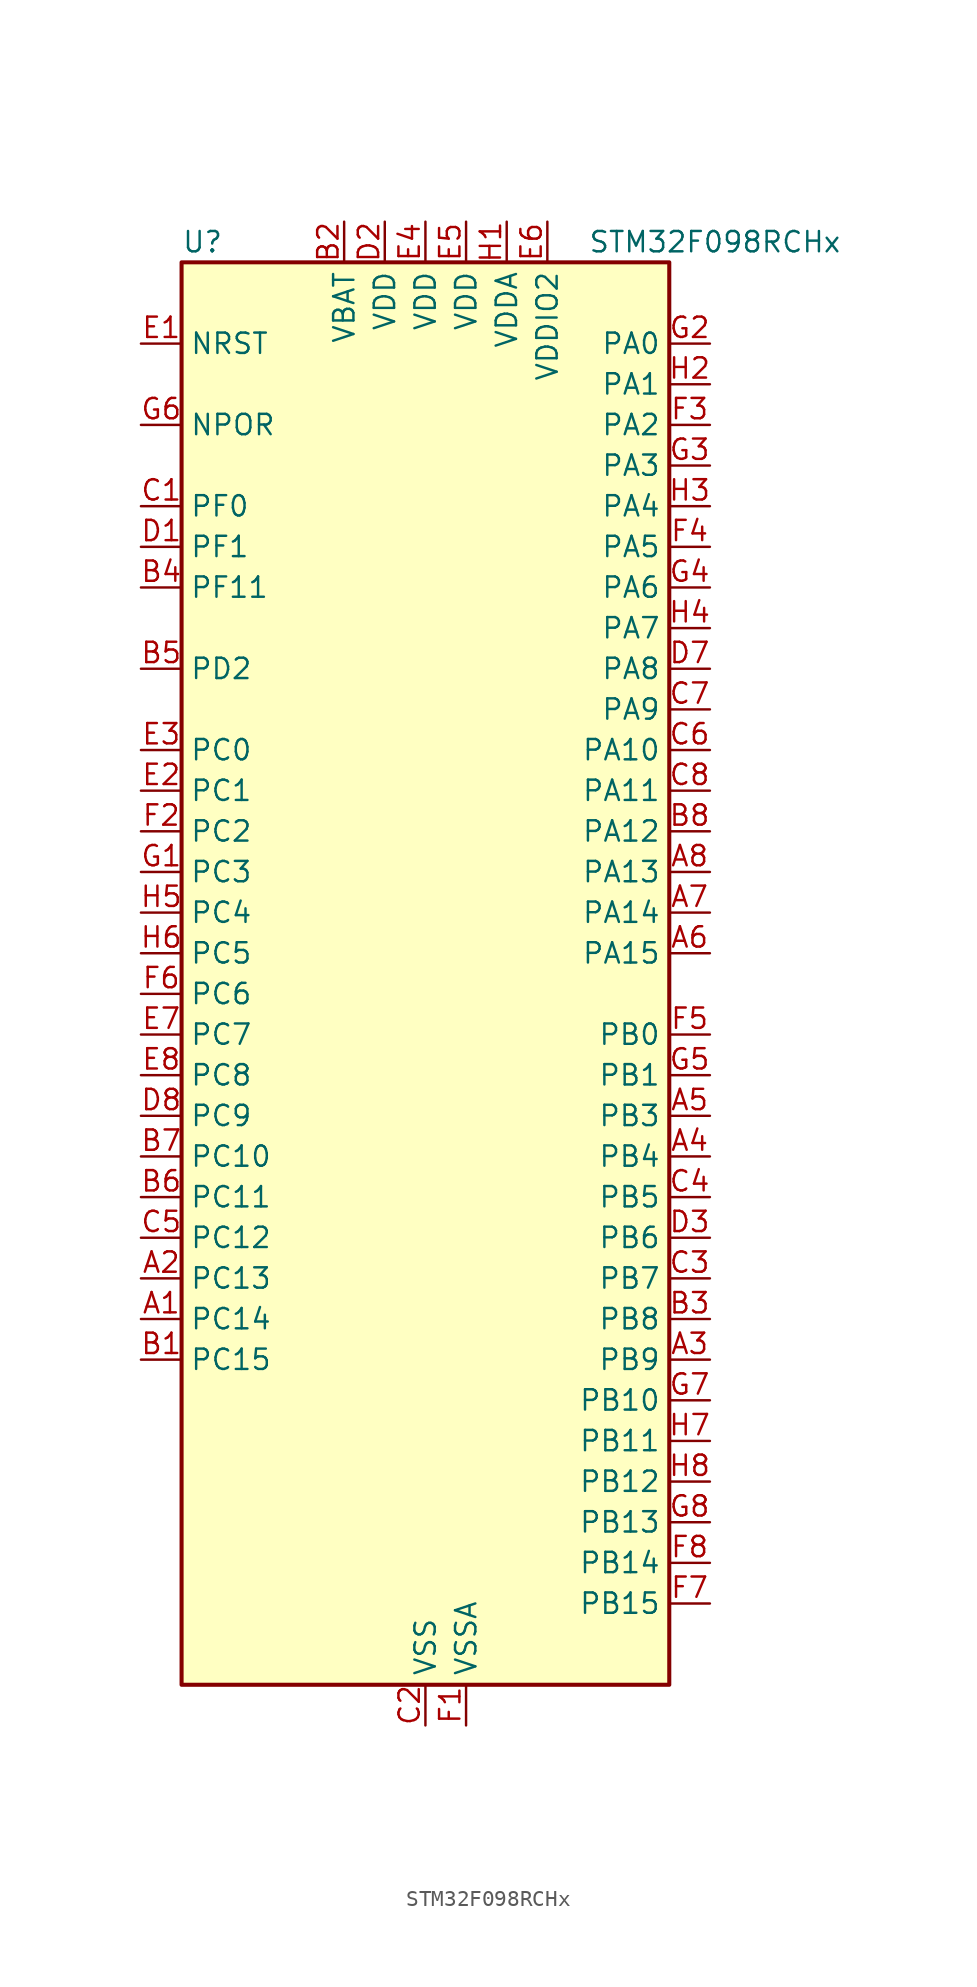
<source format=kicad_sym>
(kicad_symbol_lib
  (version 20241209)
  (generator "kicad_symbol_editor")
  (generator_version "9.0")
  (symbol "STM32F098RCHx"
    (property "Reference" "U"
      (at -15.24 46.99 0)
      (effects (font (size 1.27 1.27)) (justify left)))
    (property "Value" "STM32F098RCHx"
      (at 10.16 46.99 0)
      (effects (font (size 1.27 1.27)) (justify left)))
    (symbol "STM32F098RCHx_0_1"
      (rectangle (start -15.24 -43.18) (end 15.24 45.72) (stroke (width 0.254) (type default)) (fill (type background))))
    (symbol "STM32F098RCHx_1_1"
      (pin input line (at -17.78 40.64 0) (length 2.54) (name "NRST" (effects (font (size 1.27 1.27)))) (number "E1" (effects (font (size 1.27 1.27)))))
      (pin input line (at -17.78 35.56 0) (length 2.54) (name "NPOR" (effects (font (size 1.27 1.27)))) (number "G6" (effects (font (size 1.27 1.27)))))
      (pin bidirectional line (at -17.78 30.48 0) (length 2.54) (name "PF0" (effects (font (size 1.27 1.27)))) (number "C1" (effects (font (size 1.27 1.27)))) (alternate "CRS_SYNC" bidirectional line) (alternate "I2C1_SDA" bidirectional line) (alternate "RCC_OSC_IN" bidirectional line))
      (pin bidirectional line (at -17.78 27.94 0) (length 2.54) (name "PF1" (effects (font (size 1.27 1.27)))) (number "D1" (effects (font (size 1.27 1.27)))) (alternate "I2C1_SCL" bidirectional line) (alternate "RCC_OSC_OUT" bidirectional line))
      (pin bidirectional line (at -17.78 25.4 0) (length 2.54) (name "PF11" (effects (font (size 1.27 1.27)))) (number "B4" (effects (font (size 1.27 1.27)))))
      (pin bidirectional line (at -17.78 20.32 0) (length 2.54) (name "PD2" (effects (font (size 1.27 1.27)))) (number "B5" (effects (font (size 1.27 1.27)))) (alternate "TIM3_ETR" bidirectional line) (alternate "USART3_DE" bidirectional line) (alternate "USART3_RTS" bidirectional line) (alternate "USART5_RX" bidirectional line))
      (pin bidirectional line (at -17.78 15.24 0) (length 2.54) (name "PC0" (effects (font (size 1.27 1.27)))) (number "E3" (effects (font (size 1.27 1.27)))) (alternate "ADC_IN10" bidirectional line) (alternate "USART6_TX" bidirectional line) (alternate "USART7_TX" bidirectional line))
      (pin bidirectional line (at -17.78 12.7 0) (length 2.54) (name "PC1" (effects (font (size 1.27 1.27)))) (number "E2" (effects (font (size 1.27 1.27)))) (alternate "ADC_IN11" bidirectional line) (alternate "USART6_RX" bidirectional line) (alternate "USART7_RX" bidirectional line))
      (pin bidirectional line (at -17.78 10.16 0) (length 2.54) (name "PC2" (effects (font (size 1.27 1.27)))) (number "F2" (effects (font (size 1.27 1.27)))) (alternate "ADC_IN12" bidirectional line) (alternate "I2S2_MCK" bidirectional line) (alternate "SPI2_MISO" bidirectional line) (alternate "USART8_TX" bidirectional line))
      (pin bidirectional line (at -17.78 7.62 0) (length 2.54) (name "PC3" (effects (font (size 1.27 1.27)))) (number "G1" (effects (font (size 1.27 1.27)))) (alternate "ADC_IN13" bidirectional line) (alternate "I2S2_SD" bidirectional line) (alternate "SPI2_MOSI" bidirectional line) (alternate "USART8_RX" bidirectional line))
      (pin bidirectional line (at -17.78 5.08 0) (length 2.54) (name "PC4" (effects (font (size 1.27 1.27)))) (number "H5" (effects (font (size 1.27 1.27)))) (alternate "ADC_IN14" bidirectional line) (alternate "USART3_TX" bidirectional line))
      (pin bidirectional line (at -17.78 2.54 0) (length 2.54) (name "PC5" (effects (font (size 1.27 1.27)))) (number "H6" (effects (font (size 1.27 1.27)))) (alternate "ADC_IN15" bidirectional line) (alternate "SYS_WKUP5" bidirectional line) (alternate "TSC_G3_IO1" bidirectional line) (alternate "USART3_RX" bidirectional line))
      (pin bidirectional line (at -17.78 0 0) (length 2.54) (name "PC6" (effects (font (size 1.27 1.27)))) (number "F6" (effects (font (size 1.27 1.27)))) (alternate "TIM3_CH1" bidirectional line) (alternate "USART7_TX" bidirectional line))
      (pin bidirectional line (at -17.78 -2.54 0) (length 2.54) (name "PC7" (effects (font (size 1.27 1.27)))) (number "E7" (effects (font (size 1.27 1.27)))) (alternate "TIM3_CH2" bidirectional line) (alternate "USART7_RX" bidirectional line))
      (pin bidirectional line (at -17.78 -5.08 0) (length 2.54) (name "PC8" (effects (font (size 1.27 1.27)))) (number "E8" (effects (font (size 1.27 1.27)))) (alternate "TIM3_CH3" bidirectional line) (alternate "USART8_TX" bidirectional line))
      (pin bidirectional line (at -17.78 -7.62 0) (length 2.54) (name "PC9" (effects (font (size 1.27 1.27)))) (number "D8" (effects (font (size 1.27 1.27)))) (alternate "DAC_EXTI9" bidirectional line) (alternate "TIM3_CH4" bidirectional line) (alternate "USART8_RX" bidirectional line))
      (pin bidirectional line (at -17.78 -10.16 0) (length 2.54) (name "PC10" (effects (font (size 1.27 1.27)))) (number "B7" (effects (font (size 1.27 1.27)))) (alternate "USART3_TX" bidirectional line) (alternate "USART4_TX" bidirectional line))
      (pin bidirectional line (at -17.78 -12.7 0) (length 2.54) (name "PC11" (effects (font (size 1.27 1.27)))) (number "B6" (effects (font (size 1.27 1.27)))) (alternate "USART3_RX" bidirectional line) (alternate "USART4_RX" bidirectional line))
      (pin bidirectional line (at -17.78 -15.24 0) (length 2.54) (name "PC12" (effects (font (size 1.27 1.27)))) (number "C5" (effects (font (size 1.27 1.27)))) (alternate "USART3_CK" bidirectional line) (alternate "USART4_CK" bidirectional line) (alternate "USART5_TX" bidirectional line))
      (pin bidirectional line (at -17.78 -17.78 0) (length 2.54) (name "PC13" (effects (font (size 1.27 1.27)))) (number "A2" (effects (font (size 1.27 1.27)))) (alternate "RTC_OUT_ALARM" bidirectional line) (alternate "RTC_OUT_CALIB" bidirectional line) (alternate "RTC_TAMP1" bidirectional line) (alternate "RTC_TS" bidirectional line) (alternate "SYS_WKUP2" bidirectional line))
      (pin bidirectional line (at -17.78 -20.32 0) (length 2.54) (name "PC14" (effects (font (size 1.27 1.27)))) (number "A1" (effects (font (size 1.27 1.27)))) (alternate "RCC_OSC32_IN" bidirectional line))
      (pin bidirectional line (at -17.78 -22.86 0) (length 2.54) (name "PC15" (effects (font (size 1.27 1.27)))) (number "B1" (effects (font (size 1.27 1.27)))) (alternate "RCC_OSC32_OUT" bidirectional line))
      (pin power_in line (at -5.08 48.26 270) (length 2.54) (name "VBAT" (effects (font (size 1.27 1.27)))) (number "B2" (effects (font (size 1.27 1.27)))))
      (pin power_in line (at -2.54 48.26 270) (length 2.54) (name "VDD" (effects (font (size 1.27 1.27)))) (number "D2" (effects (font (size 1.27 1.27)))))
      (pin power_in line (at 0 48.26 270) (length 2.54) (name "VDD" (effects (font (size 1.27 1.27)))) (number "E4" (effects (font (size 1.27 1.27)))))
      (pin power_in line (at 0 -45.72 90) (length 2.54) (name "VSS" (effects (font (size 1.27 1.27)))) (number "C2" (effects (font (size 1.27 1.27)))))
      (pin passive line (at 0 -45.72 90) (length 2.54) (hide yes) (name "VSS" (effects (font (size 1.27 1.27)))) (number "D4" (effects (font (size 1.27 1.27)))))
      (pin passive line (at 0 -45.72 90) (length 2.54) (hide yes) (name "VSS" (effects (font (size 1.27 1.27)))) (number "D5" (effects (font (size 1.27 1.27)))))
      (pin passive line (at 0 -45.72 90) (length 2.54) (hide yes) (name "VSS" (effects (font (size 1.27 1.27)))) (number "D6" (effects (font (size 1.27 1.27)))))
      (pin power_in line (at 2.54 48.26 270) (length 2.54) (name "VDD" (effects (font (size 1.27 1.27)))) (number "E5" (effects (font (size 1.27 1.27)))))
      (pin power_in line (at 2.54 -45.72 90) (length 2.54) (name "VSSA" (effects (font (size 1.27 1.27)))) (number "F1" (effects (font (size 1.27 1.27)))))
      (pin power_in line (at 5.08 48.26 270) (length 2.54) (name "VDDA" (effects (font (size 1.27 1.27)))) (number "H1" (effects (font (size 1.27 1.27)))))
      (pin power_in line (at 7.62 48.26 270) (length 2.54) (name "VDDIO2" (effects (font (size 1.27 1.27)))) (number "E6" (effects (font (size 1.27 1.27)))))
      (pin bidirectional line (at 17.78 40.64 180) (length 2.54) (name "PA0" (effects (font (size 1.27 1.27)))) (number "G2" (effects (font (size 1.27 1.27)))) (alternate "ADC_IN0" bidirectional line) (alternate "COMP1_INM" bidirectional line) (alternate "COMP1_OUT" bidirectional line) (alternate "RTC_TAMP2" bidirectional line) (alternate "SYS_WKUP1" bidirectional line) (alternate "TIM2_CH1" bidirectional line) (alternate "TIM2_ETR" bidirectional line) (alternate "TSC_G1_IO1" bidirectional line) (alternate "USART2_CTS" bidirectional line) (alternate "USART4_TX" bidirectional line))
      (pin bidirectional line (at 17.78 38.1 180) (length 2.54) (name "PA1" (effects (font (size 1.27 1.27)))) (number "H2" (effects (font (size 1.27 1.27)))) (alternate "ADC_IN1" bidirectional line) (alternate "COMP1_INP" bidirectional line) (alternate "TIM15_CH1N" bidirectional line) (alternate "TIM2_CH2" bidirectional line) (alternate "TSC_G1_IO2" bidirectional line) (alternate "USART2_DE" bidirectional line) (alternate "USART2_RTS" bidirectional line) (alternate "USART4_RX" bidirectional line))
      (pin bidirectional line (at 17.78 35.56 180) (length 2.54) (name "PA2" (effects (font (size 1.27 1.27)))) (number "F3" (effects (font (size 1.27 1.27)))) (alternate "ADC_IN2" bidirectional line) (alternate "COMP2_INM" bidirectional line) (alternate "COMP2_OUT" bidirectional line) (alternate "SYS_WKUP4" bidirectional line) (alternate "TIM15_CH1" bidirectional line) (alternate "TIM2_CH3" bidirectional line) (alternate "TSC_G1_IO3" bidirectional line) (alternate "USART2_TX" bidirectional line))
      (pin bidirectional line (at 17.78 33.02 180) (length 2.54) (name "PA3" (effects (font (size 1.27 1.27)))) (number "G3" (effects (font (size 1.27 1.27)))) (alternate "ADC_IN3" bidirectional line) (alternate "COMP2_INP" bidirectional line) (alternate "TIM15_CH2" bidirectional line) (alternate "TIM2_CH4" bidirectional line) (alternate "TSC_G1_IO4" bidirectional line) (alternate "USART2_RX" bidirectional line))
      (pin bidirectional line (at 17.78 30.48 180) (length 2.54) (name "PA4" (effects (font (size 1.27 1.27)))) (number "H3" (effects (font (size 1.27 1.27)))) (alternate "ADC_IN4" bidirectional line) (alternate "COMP1_INM" bidirectional line) (alternate "COMP2_INM" bidirectional line) (alternate "DAC_OUT1" bidirectional line) (alternate "I2S1_WS" bidirectional line) (alternate "SPI1_NSS" bidirectional line) (alternate "TIM14_CH1" bidirectional line) (alternate "TSC_G2_IO1" bidirectional line) (alternate "USART2_CK" bidirectional line) (alternate "USART6_TX" bidirectional line))
      (pin bidirectional line (at 17.78 27.94 180) (length 2.54) (name "PA5" (effects (font (size 1.27 1.27)))) (number "F4" (effects (font (size 1.27 1.27)))) (alternate "ADC_IN5" bidirectional line) (alternate "CEC" bidirectional line) (alternate "COMP1_INM" bidirectional line) (alternate "COMP2_INM" bidirectional line) (alternate "DAC_OUT2" bidirectional line) (alternate "I2S1_CK" bidirectional line) (alternate "SPI1_SCK" bidirectional line) (alternate "TIM2_CH1" bidirectional line) (alternate "TIM2_ETR" bidirectional line) (alternate "TSC_G2_IO2" bidirectional line) (alternate "USART6_RX" bidirectional line))
      (pin bidirectional line (at 17.78 25.4 180) (length 2.54) (name "PA6" (effects (font (size 1.27 1.27)))) (number "G4" (effects (font (size 1.27 1.27)))) (alternate "ADC_IN6" bidirectional line) (alternate "COMP1_OUT" bidirectional line) (alternate "I2S1_MCK" bidirectional line) (alternate "SPI1_MISO" bidirectional line) (alternate "TIM16_CH1" bidirectional line) (alternate "TIM1_BKIN" bidirectional line) (alternate "TIM3_CH1" bidirectional line) (alternate "TSC_G2_IO3" bidirectional line) (alternate "USART3_CTS" bidirectional line))
      (pin bidirectional line (at 17.78 22.86 180) (length 2.54) (name "PA7" (effects (font (size 1.27 1.27)))) (number "H4" (effects (font (size 1.27 1.27)))) (alternate "ADC_IN7" bidirectional line) (alternate "COMP2_OUT" bidirectional line) (alternate "I2S1_SD" bidirectional line) (alternate "SPI1_MOSI" bidirectional line) (alternate "TIM14_CH1" bidirectional line) (alternate "TIM17_CH1" bidirectional line) (alternate "TIM1_CH1N" bidirectional line) (alternate "TIM3_CH2" bidirectional line) (alternate "TSC_G2_IO4" bidirectional line))
      (pin bidirectional line (at 17.78 20.32 180) (length 2.54) (name "PA8" (effects (font (size 1.27 1.27)))) (number "D7" (effects (font (size 1.27 1.27)))) (alternate "CRS_SYNC" bidirectional line) (alternate "RCC_MCO" bidirectional line) (alternate "TIM1_CH1" bidirectional line) (alternate "USART1_CK" bidirectional line))
      (pin bidirectional line (at 17.78 17.78 180) (length 2.54) (name "PA9" (effects (font (size 1.27 1.27)))) (number "C7" (effects (font (size 1.27 1.27)))) (alternate "DAC_EXTI9" bidirectional line) (alternate "I2C1_SCL" bidirectional line) (alternate "RCC_MCO" bidirectional line) (alternate "TIM15_BKIN" bidirectional line) (alternate "TIM1_CH2" bidirectional line) (alternate "TSC_G4_IO1" bidirectional line) (alternate "USART1_TX" bidirectional line))
      (pin bidirectional line (at 17.78 15.24 180) (length 2.54) (name "PA10" (effects (font (size 1.27 1.27)))) (number "C6" (effects (font (size 1.27 1.27)))) (alternate "I2C1_SDA" bidirectional line) (alternate "TIM17_BKIN" bidirectional line) (alternate "TIM1_CH3" bidirectional line) (alternate "TSC_G4_IO2" bidirectional line) (alternate "USART1_RX" bidirectional line))
      (pin bidirectional line (at 17.78 12.7 180) (length 2.54) (name "PA11" (effects (font (size 1.27 1.27)))) (number "C8" (effects (font (size 1.27 1.27)))) (alternate "CAN_RX" bidirectional line) (alternate "COMP1_OUT" bidirectional line) (alternate "I2C2_SCL" bidirectional line) (alternate "TIM1_CH4" bidirectional line) (alternate "TSC_G4_IO3" bidirectional line) (alternate "USART1_CTS" bidirectional line))
      (pin bidirectional line (at 17.78 10.16 180) (length 2.54) (name "PA12" (effects (font (size 1.27 1.27)))) (number "B8" (effects (font (size 1.27 1.27)))) (alternate "CAN_TX" bidirectional line) (alternate "COMP2_OUT" bidirectional line) (alternate "I2C2_SDA" bidirectional line) (alternate "TIM1_ETR" bidirectional line) (alternate "TSC_G4_IO4" bidirectional line) (alternate "USART1_DE" bidirectional line) (alternate "USART1_RTS" bidirectional line))
      (pin bidirectional line (at 17.78 7.62 180) (length 2.54) (name "PA13" (effects (font (size 1.27 1.27)))) (number "A8" (effects (font (size 1.27 1.27)))) (alternate "IR_OUT" bidirectional line) (alternate "SYS_SWDIO" bidirectional line))
      (pin bidirectional line (at 17.78 5.08 180) (length 2.54) (name "PA14" (effects (font (size 1.27 1.27)))) (number "A7" (effects (font (size 1.27 1.27)))) (alternate "SYS_SWCLK" bidirectional line) (alternate "USART2_TX" bidirectional line))
      (pin bidirectional line (at 17.78 2.54 180) (length 2.54) (name "PA15" (effects (font (size 1.27 1.27)))) (number "A6" (effects (font (size 1.27 1.27)))) (alternate "I2S1_WS" bidirectional line) (alternate "SPI1_NSS" bidirectional line) (alternate "TIM2_CH1" bidirectional line) (alternate "TIM2_ETR" bidirectional line) (alternate "USART2_RX" bidirectional line) (alternate "USART4_DE" bidirectional line) (alternate "USART4_RTS" bidirectional line))
      (pin bidirectional line (at 17.78 -2.54 180) (length 2.54) (name "PB0" (effects (font (size 1.27 1.27)))) (number "F5" (effects (font (size 1.27 1.27)))) (alternate "ADC_IN8" bidirectional line) (alternate "TIM1_CH2N" bidirectional line) (alternate "TIM3_CH3" bidirectional line) (alternate "TSC_G3_IO2" bidirectional line) (alternate "USART3_CK" bidirectional line))
      (pin bidirectional line (at 17.78 -5.08 180) (length 2.54) (name "PB1" (effects (font (size 1.27 1.27)))) (number "G5" (effects (font (size 1.27 1.27)))) (alternate "ADC_IN9" bidirectional line) (alternate "TIM14_CH1" bidirectional line) (alternate "TIM1_CH3N" bidirectional line) (alternate "TIM3_CH4" bidirectional line) (alternate "TSC_G3_IO3" bidirectional line) (alternate "USART3_DE" bidirectional line) (alternate "USART3_RTS" bidirectional line))
      (pin bidirectional line (at 17.78 -7.62 180) (length 2.54) (name "PB3" (effects (font (size 1.27 1.27)))) (number "A5" (effects (font (size 1.27 1.27)))) (alternate "I2S1_CK" bidirectional line) (alternate "SPI1_SCK" bidirectional line) (alternate "TIM2_CH2" bidirectional line) (alternate "TSC_G5_IO1" bidirectional line) (alternate "USART5_TX" bidirectional line))
      (pin bidirectional line (at 17.78 -10.16 180) (length 2.54) (name "PB4" (effects (font (size 1.27 1.27)))) (number "A4" (effects (font (size 1.27 1.27)))) (alternate "I2S1_MCK" bidirectional line) (alternate "SPI1_MISO" bidirectional line) (alternate "TIM17_BKIN" bidirectional line) (alternate "TIM3_CH1" bidirectional line) (alternate "TSC_G5_IO2" bidirectional line) (alternate "USART5_RX" bidirectional line))
      (pin bidirectional line (at 17.78 -12.7 180) (length 2.54) (name "PB5" (effects (font (size 1.27 1.27)))) (number "C4" (effects (font (size 1.27 1.27)))) (alternate "I2C1_SMBA" bidirectional line) (alternate "I2S1_SD" bidirectional line) (alternate "SPI1_MOSI" bidirectional line) (alternate "SYS_WKUP6" bidirectional line) (alternate "TIM16_BKIN" bidirectional line) (alternate "TIM3_CH2" bidirectional line) (alternate "USART5_CK" bidirectional line) (alternate "USART5_DE" bidirectional line) (alternate "USART5_RTS" bidirectional line))
      (pin bidirectional line (at 17.78 -15.24 180) (length 2.54) (name "PB6" (effects (font (size 1.27 1.27)))) (number "D3" (effects (font (size 1.27 1.27)))) (alternate "I2C1_SCL" bidirectional line) (alternate "TIM16_CH1N" bidirectional line) (alternate "TSC_G5_IO3" bidirectional line) (alternate "USART1_TX" bidirectional line))
      (pin bidirectional line (at 17.78 -17.78 180) (length 2.54) (name "PB7" (effects (font (size 1.27 1.27)))) (number "C3" (effects (font (size 1.27 1.27)))) (alternate "I2C1_SDA" bidirectional line) (alternate "TIM17_CH1N" bidirectional line) (alternate "TSC_G5_IO4" bidirectional line) (alternate "USART1_RX" bidirectional line) (alternate "USART4_CTS" bidirectional line))
      (pin bidirectional line (at 17.78 -20.32 180) (length 2.54) (name "PB8" (effects (font (size 1.27 1.27)))) (number "B3" (effects (font (size 1.27 1.27)))) (alternate "CAN_RX" bidirectional line) (alternate "CEC" bidirectional line) (alternate "I2C1_SCL" bidirectional line) (alternate "TIM16_CH1" bidirectional line) (alternate "TSC_SYNC" bidirectional line))
      (pin bidirectional line (at 17.78 -22.86 180) (length 2.54) (name "PB9" (effects (font (size 1.27 1.27)))) (number "A3" (effects (font (size 1.27 1.27)))) (alternate "CAN_TX" bidirectional line) (alternate "DAC_EXTI9" bidirectional line) (alternate "I2C1_SDA" bidirectional line) (alternate "I2S2_WS" bidirectional line) (alternate "IR_OUT" bidirectional line) (alternate "SPI2_NSS" bidirectional line) (alternate "TIM17_CH1" bidirectional line))
      (pin bidirectional line (at 17.78 -25.4 180) (length 2.54) (name "PB10" (effects (font (size 1.27 1.27)))) (number "G7" (effects (font (size 1.27 1.27)))) (alternate "CEC" bidirectional line) (alternate "I2C2_SCL" bidirectional line) (alternate "I2S2_CK" bidirectional line) (alternate "SPI2_SCK" bidirectional line) (alternate "TIM2_CH3" bidirectional line) (alternate "TSC_SYNC" bidirectional line) (alternate "USART3_TX" bidirectional line))
      (pin bidirectional line (at 17.78 -27.94 180) (length 2.54) (name "PB11" (effects (font (size 1.27 1.27)))) (number "H7" (effects (font (size 1.27 1.27)))) (alternate "I2C2_SDA" bidirectional line) (alternate "TIM2_CH4" bidirectional line) (alternate "TSC_G6_IO1" bidirectional line) (alternate "USART3_RX" bidirectional line))
      (pin bidirectional line (at 17.78 -30.48 180) (length 2.54) (name "PB12" (effects (font (size 1.27 1.27)))) (number "H8" (effects (font (size 1.27 1.27)))) (alternate "I2S2_WS" bidirectional line) (alternate "SPI2_NSS" bidirectional line) (alternate "TIM15_BKIN" bidirectional line) (alternate "TIM1_BKIN" bidirectional line) (alternate "TSC_G6_IO2" bidirectional line) (alternate "USART3_CK" bidirectional line))
      (pin bidirectional line (at 17.78 -33.02 180) (length 2.54) (name "PB13" (effects (font (size 1.27 1.27)))) (number "G8" (effects (font (size 1.27 1.27)))) (alternate "I2C2_SCL" bidirectional line) (alternate "I2S2_CK" bidirectional line) (alternate "SPI2_SCK" bidirectional line) (alternate "TIM1_CH1N" bidirectional line) (alternate "TSC_G6_IO3" bidirectional line) (alternate "USART3_CTS" bidirectional line))
      (pin bidirectional line (at 17.78 -35.56 180) (length 2.54) (name "PB14" (effects (font (size 1.27 1.27)))) (number "F8" (effects (font (size 1.27 1.27)))) (alternate "I2C2_SDA" bidirectional line) (alternate "I2S2_MCK" bidirectional line) (alternate "SPI2_MISO" bidirectional line) (alternate "TIM15_CH1" bidirectional line) (alternate "TIM1_CH2N" bidirectional line) (alternate "TSC_G6_IO4" bidirectional line) (alternate "USART3_DE" bidirectional line) (alternate "USART3_RTS" bidirectional line))
      (pin bidirectional line (at 17.78 -38.1 180) (length 2.54) (name "PB15" (effects (font (size 1.27 1.27)))) (number "F7" (effects (font (size 1.27 1.27)))) (alternate "I2S2_SD" bidirectional line) (alternate "RTC_REFIN" bidirectional line) (alternate "SPI2_MOSI" bidirectional line) (alternate "SYS_WKUP7" bidirectional line) (alternate "TIM15_CH1N" bidirectional line) (alternate "TIM15_CH2" bidirectional line) (alternate "TIM1_CH3N" bidirectional line)))))
</source>
